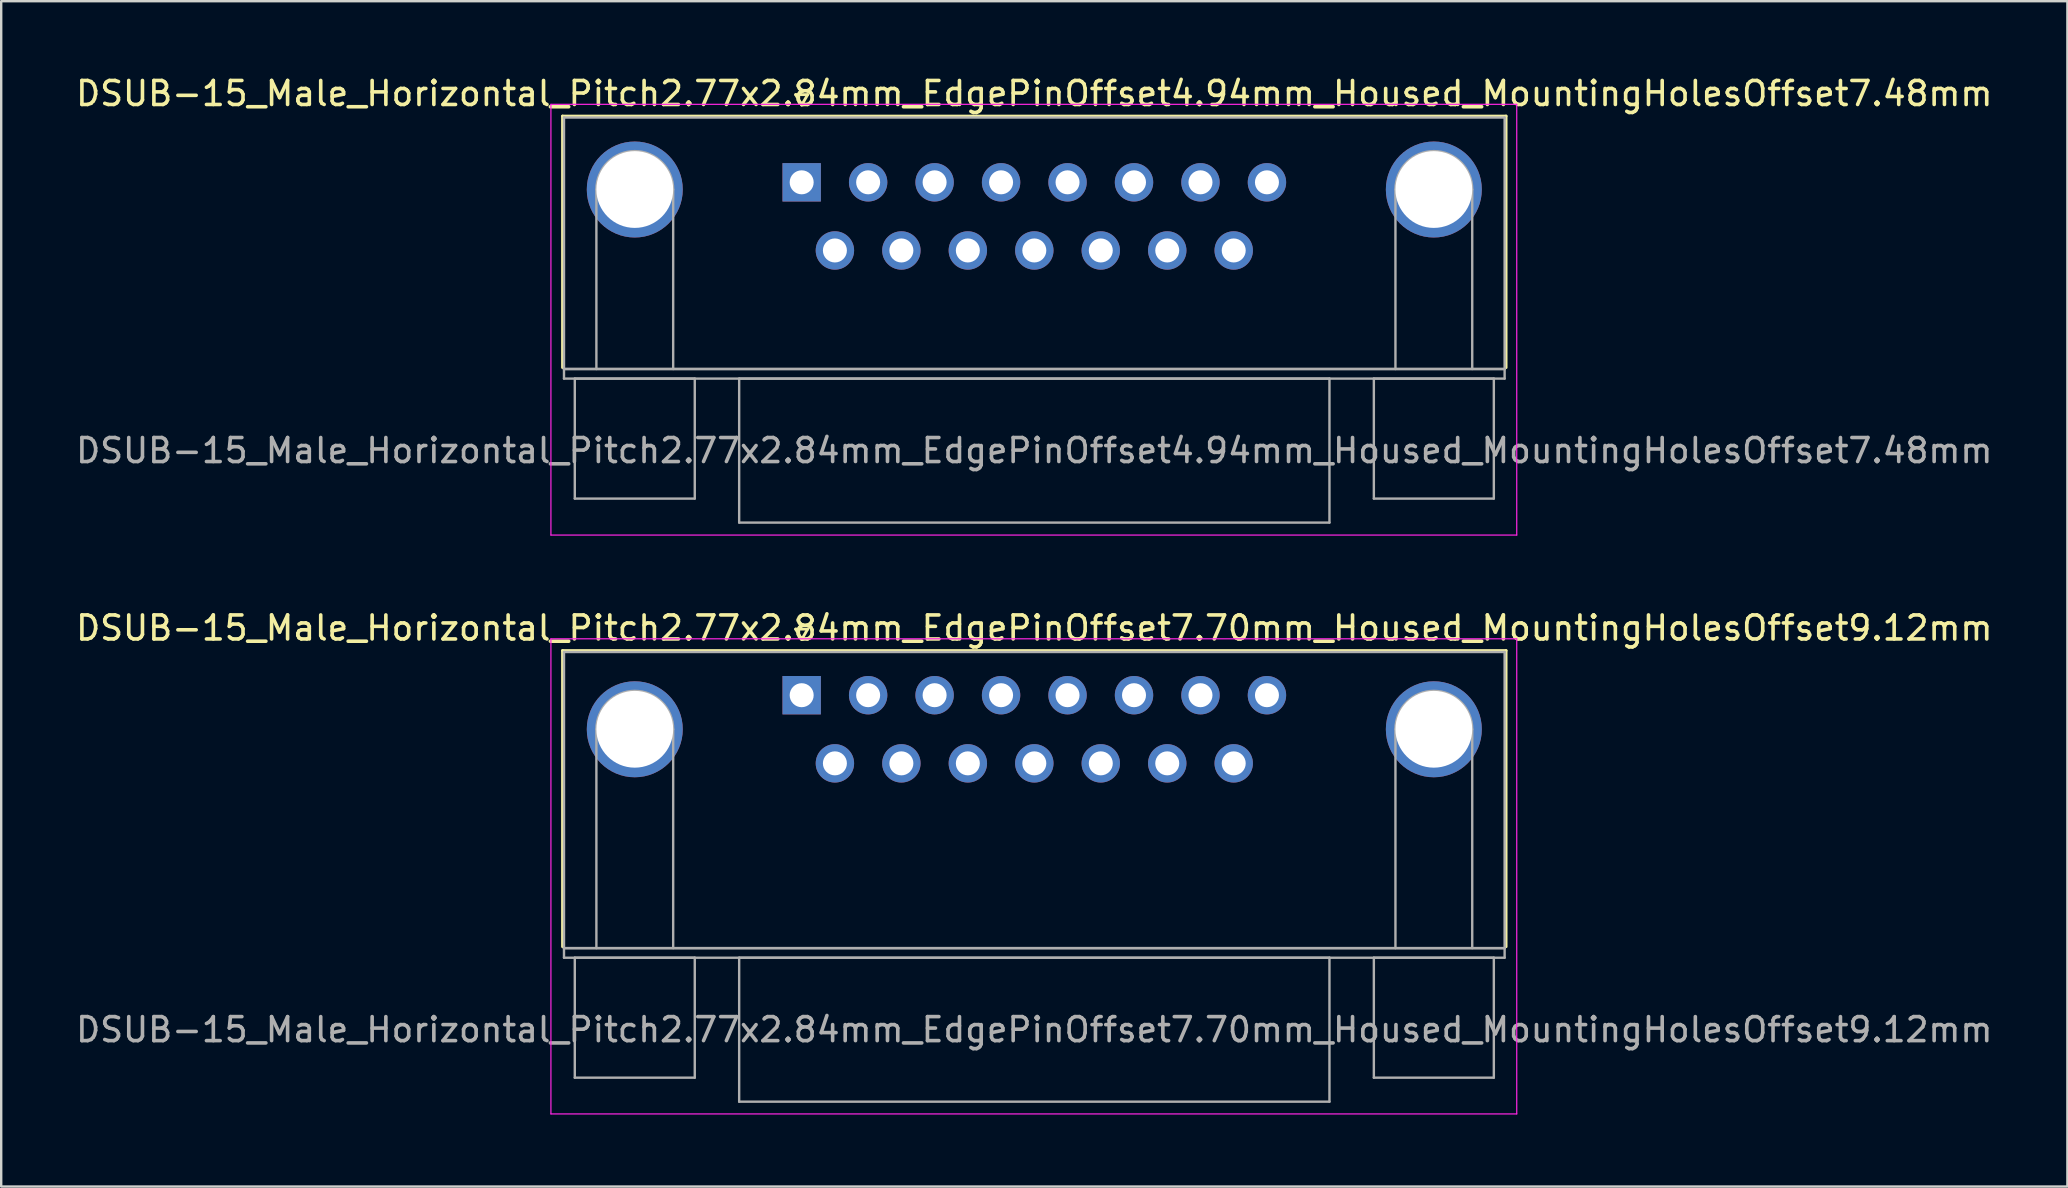
<source format=kicad_pcb>
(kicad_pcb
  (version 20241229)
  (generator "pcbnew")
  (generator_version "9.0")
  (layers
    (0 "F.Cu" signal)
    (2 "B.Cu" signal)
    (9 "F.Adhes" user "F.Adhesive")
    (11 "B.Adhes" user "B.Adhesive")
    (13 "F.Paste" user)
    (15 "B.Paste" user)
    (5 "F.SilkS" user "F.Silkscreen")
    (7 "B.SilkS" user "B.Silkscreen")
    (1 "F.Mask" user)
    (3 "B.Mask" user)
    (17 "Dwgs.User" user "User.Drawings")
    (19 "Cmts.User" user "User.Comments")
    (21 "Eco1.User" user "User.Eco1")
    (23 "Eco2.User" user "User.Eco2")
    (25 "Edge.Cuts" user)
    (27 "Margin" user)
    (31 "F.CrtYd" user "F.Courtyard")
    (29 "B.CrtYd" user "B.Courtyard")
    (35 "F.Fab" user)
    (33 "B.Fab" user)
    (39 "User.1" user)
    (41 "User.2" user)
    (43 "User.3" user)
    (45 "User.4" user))
  (footprint "DSUB-15_Male_Horizontal_Pitch2.77x2.84mm_EdgePinOffset7.70mm_Housed_MountingHolesOffset9.12mm"
    (layer "F.Cu")
    (at 30.359 25.922)
    (property "Reference" "DSUB-15_Male_Horizontal_Pitch2.77x2.84mm_EdgePinOffset7.70mm_Housed_MountingHolesOffset9.12mm" (at 9.695 -2.8 0) (layer "F.SilkS") (effects (font (size 1 1) (thickness 0.15))))
    (attr through_hole)
    (fp_line (start -9.965 -1.86) (end 29.355 -1.86) (stroke (width 0.12) (type solid)) (layer "F.SilkS"))
    (fp_line (start -9.965 10.48) (end -9.965 -1.86) (stroke (width 0.12) (type solid)) (layer "F.SilkS"))
    (fp_line (start -0.25 -2.754) (end 0.25 -2.754) (stroke (width 0.12) (type solid)) (layer "F.SilkS"))
    (fp_line (start 0 -2.321) (end -0.25 -2.754) (stroke (width 0.12) (type solid)) (layer "F.SilkS"))
    (fp_line (start 0.25 -2.754) (end 0 -2.321) (stroke (width 0.12) (type solid)) (layer "F.SilkS"))
    (fp_line (start 29.355 -1.86) (end 29.355 10.48) (stroke (width 0.12) (type solid)) (layer "F.SilkS"))
    (fp_line (start -10.45 -2.35) (end -10.45 17.45) (stroke (width 0.05) (type solid)) (layer "F.CrtYd"))
    (fp_line (start -10.45 17.45) (end 29.8 17.45) (stroke (width 0.05) (type solid)) (layer "F.CrtYd"))
    (fp_line (start 29.8 -2.35) (end -10.45 -2.35) (stroke (width 0.05) (type solid)) (layer "F.CrtYd"))
    (fp_line (start 29.8 17.45) (end 29.8 -2.35) (stroke (width 0.05) (type solid)) (layer "F.CrtYd"))
    (fp_line (start -9.905 -1.8) (end -9.905 10.54) (stroke (width 0.1) (type solid)) (layer "F.Fab"))
    (fp_line (start -9.905 10.54) (end -9.905 10.94) (stroke (width 0.1) (type solid)) (layer "F.Fab"))
    (fp_line (start -9.905 10.54) (end 29.295 10.54) (stroke (width 0.1) (type solid)) (layer "F.Fab"))
    (fp_line (start -9.905 10.94) (end 29.295 10.94) (stroke (width 0.1) (type solid)) (layer "F.Fab"))
    (fp_line (start -9.455 10.94) (end -9.455 15.94) (stroke (width 0.1) (type solid)) (layer "F.Fab"))
    (fp_line (start -9.455 15.94) (end -4.455 15.94) (stroke (width 0.1) (type solid)) (layer "F.Fab"))
    (fp_line (start -8.555 10.54) (end -8.555 1.42) (stroke (width 0.1) (type solid)) (layer "F.Fab"))
    (fp_line (start -5.355 10.54) (end -5.355 1.42) (stroke (width 0.1) (type solid)) (layer "F.Fab"))
    (fp_line (start -4.455 10.94) (end -9.455 10.94) (stroke (width 0.1) (type solid)) (layer "F.Fab"))
    (fp_line (start -4.455 15.94) (end -4.455 10.94) (stroke (width 0.1) (type solid)) (layer "F.Fab"))
    (fp_line (start -2.605 10.94) (end -2.605 16.94) (stroke (width 0.1) (type solid)) (layer "F.Fab"))
    (fp_line (start -2.605 16.94) (end 21.995 16.94) (stroke (width 0.1) (type solid)) (layer "F.Fab"))
    (fp_line (start 21.995 10.94) (end -2.605 10.94) (stroke (width 0.1) (type solid)) (layer "F.Fab"))
    (fp_line (start 21.995 16.94) (end 21.995 10.94) (stroke (width 0.1) (type solid)) (layer "F.Fab"))
    (fp_line (start 23.845 10.94) (end 23.845 15.94) (stroke (width 0.1) (type solid)) (layer "F.Fab"))
    (fp_line (start 23.845 15.94) (end 28.845 15.94) (stroke (width 0.1) (type solid)) (layer "F.Fab"))
    (fp_line (start 24.745 10.54) (end 24.745 1.42) (stroke (width 0.1) (type solid)) (layer "F.Fab"))
    (fp_line (start 27.945 10.54) (end 27.945 1.42) (stroke (width 0.1) (type solid)) (layer "F.Fab"))
    (fp_line (start 28.845 10.94) (end 23.845 10.94) (stroke (width 0.1) (type solid)) (layer "F.Fab"))
    (fp_line (start 28.845 15.94) (end 28.845 10.94) (stroke (width 0.1) (type solid)) (layer "F.Fab"))
    (fp_line (start 29.295 -1.8) (end -9.905 -1.8) (stroke (width 0.1) (type solid)) (layer "F.Fab"))
    (fp_line (start 29.295 10.54) (end -9.905 10.54) (stroke (width 0.1) (type solid)) (layer "F.Fab"))
    (fp_line (start 29.295 10.54) (end 29.295 -1.8) (stroke (width 0.1) (type solid)) (layer "F.Fab"))
    (fp_line (start 29.295 10.94) (end 29.295 10.54) (stroke (width 0.1) (type solid)) (layer "F.Fab"))
    (fp_arc (start -8.555 1.42) (mid -6.955 -0.18) (end -5.355 1.42) (stroke (width 0.1) (type solid)) (layer "F.Fab"))
    (fp_arc (start 24.745 1.42) (mid 26.345 -0.18) (end 27.945 1.42) (stroke (width 0.1) (type solid)) (layer "F.Fab"))
    (fp_text user "${REFERENCE}" (at 9.695 13.94 0) (layer "F.Fab") (effects (font (size 1 1) (thickness 0.15))))
    (pad "0" thru_hole circle (at -6.955 1.42) (size 4 4) (drill 3.2) (layers "*.Cu" "*.Mask"))
    (pad "0" thru_hole circle (at 26.345 1.42) (size 4 4) (drill 3.2) (layers "*.Cu" "*.Mask"))
    (pad "1" thru_hole rect (at 0 0) (size 1.6 1.6) (drill 1) (layers "*.Cu" "*.Mask"))
    (pad "2" thru_hole circle (at 2.77 0) (size 1.6 1.6) (drill 1) (layers "*.Cu" "*.Mask"))
    (pad "3" thru_hole circle (at 5.54 0) (size 1.6 1.6) (drill 1) (layers "*.Cu" "*.Mask"))
    (pad "4" thru_hole circle (at 8.31 0) (size 1.6 1.6) (drill 1) (layers "*.Cu" "*.Mask"))
    (pad "5" thru_hole circle (at 11.08 0) (size 1.6 1.6) (drill 1) (layers "*.Cu" "*.Mask"))
    (pad "6" thru_hole circle (at 13.85 0) (size 1.6 1.6) (drill 1) (layers "*.Cu" "*.Mask"))
    (pad "7" thru_hole circle (at 16.62 0) (size 1.6 1.6) (drill 1) (layers "*.Cu" "*.Mask"))
    (pad "8" thru_hole circle (at 19.39 0) (size 1.6 1.6) (drill 1) (layers "*.Cu" "*.Mask"))
    (pad "9" thru_hole circle (at 1.385 2.84) (size 1.6 1.6) (drill 1) (layers "*.Cu" "*.Mask"))
    (pad "10" thru_hole circle (at 4.155 2.84) (size 1.6 1.6) (drill 1) (layers "*.Cu" "*.Mask"))
    (pad "11" thru_hole circle (at 6.925 2.84) (size 1.6 1.6) (drill 1) (layers "*.Cu" "*.Mask"))
    (pad "12" thru_hole circle (at 9.695 2.84) (size 1.6 1.6) (drill 1) (layers "*.Cu" "*.Mask"))
    (pad "13" thru_hole circle (at 12.465 2.84) (size 1.6 1.6) (drill 1) (layers "*.Cu" "*.Mask"))
    (pad "14" thru_hole circle (at 15.235 2.84) (size 1.6 1.6) (drill 1) (layers "*.Cu" "*.Mask"))
    (pad "15" thru_hole circle (at 18.005 2.84) (size 1.6 1.6) (drill 1) (layers "*.Cu" "*.Mask")))
  (footprint "DSUB-15_Male_Horizontal_Pitch2.77x2.84mm_EdgePinOffset4.94mm_Housed_MountingHolesOffset7.48mm"
    (layer "F.Cu")
    (at 30.359 4.548)
    (property "Reference" "DSUB-15_Male_Horizontal_Pitch2.77x2.84mm_EdgePinOffset4.94mm_Housed_MountingHolesOffset7.48mm" (at 9.695 -3.7 0) (layer "F.SilkS") (effects (font (size 1 1) (thickness 0.15))))
    (attr through_hole)
    (fp_line (start -9.965 -2.76) (end 29.355 -2.76) (stroke (width 0.12) (type solid)) (layer "F.SilkS"))
    (fp_line (start -9.965 7.72) (end -9.965 -2.76) (stroke (width 0.12) (type solid)) (layer "F.SilkS"))
    (fp_line (start -0.25 -3.654) (end 0.25 -3.654) (stroke (width 0.12) (type solid)) (layer "F.SilkS"))
    (fp_line (start 0 -3.221) (end -0.25 -3.654) (stroke (width 0.12) (type solid)) (layer "F.SilkS"))
    (fp_line (start 0.25 -3.654) (end 0 -3.221) (stroke (width 0.12) (type solid)) (layer "F.SilkS"))
    (fp_line (start 29.355 -2.76) (end 29.355 7.72) (stroke (width 0.12) (type solid)) (layer "F.SilkS"))
    (fp_line (start -10.45 -3.25) (end -10.45 14.7) (stroke (width 0.05) (type solid)) (layer "F.CrtYd"))
    (fp_line (start -10.45 14.7) (end 29.8 14.7) (stroke (width 0.05) (type solid)) (layer "F.CrtYd"))
    (fp_line (start 29.8 -3.25) (end -10.45 -3.25) (stroke (width 0.05) (type solid)) (layer "F.CrtYd"))
    (fp_line (start 29.8 14.7) (end 29.8 -3.25) (stroke (width 0.05) (type solid)) (layer "F.CrtYd"))
    (fp_line (start -9.905 -2.7) (end -9.905 7.78) (stroke (width 0.1) (type solid)) (layer "F.Fab"))
    (fp_line (start -9.905 7.78) (end -9.905 8.18) (stroke (width 0.1) (type solid)) (layer "F.Fab"))
    (fp_line (start -9.905 7.78) (end 29.295 7.78) (stroke (width 0.1) (type solid)) (layer "F.Fab"))
    (fp_line (start -9.905 8.18) (end 29.295 8.18) (stroke (width 0.1) (type solid)) (layer "F.Fab"))
    (fp_line (start -9.455 8.18) (end -9.455 13.18) (stroke (width 0.1) (type solid)) (layer "F.Fab"))
    (fp_line (start -9.455 13.18) (end -4.455 13.18) (stroke (width 0.1) (type solid)) (layer "F.Fab"))
    (fp_line (start -8.555 7.78) (end -8.555 0.3) (stroke (width 0.1) (type solid)) (layer "F.Fab"))
    (fp_line (start -5.355 7.78) (end -5.355 0.3) (stroke (width 0.1) (type solid)) (layer "F.Fab"))
    (fp_line (start -4.455 8.18) (end -9.455 8.18) (stroke (width 0.1) (type solid)) (layer "F.Fab"))
    (fp_line (start -4.455 13.18) (end -4.455 8.18) (stroke (width 0.1) (type solid)) (layer "F.Fab"))
    (fp_line (start -2.605 8.18) (end -2.605 14.18) (stroke (width 0.1) (type solid)) (layer "F.Fab"))
    (fp_line (start -2.605 14.18) (end 21.995 14.18) (stroke (width 0.1) (type solid)) (layer "F.Fab"))
    (fp_line (start 21.995 8.18) (end -2.605 8.18) (stroke (width 0.1) (type solid)) (layer "F.Fab"))
    (fp_line (start 21.995 14.18) (end 21.995 8.18) (stroke (width 0.1) (type solid)) (layer "F.Fab"))
    (fp_line (start 23.845 8.18) (end 23.845 13.18) (stroke (width 0.1) (type solid)) (layer "F.Fab"))
    (fp_line (start 23.845 13.18) (end 28.845 13.18) (stroke (width 0.1) (type solid)) (layer "F.Fab"))
    (fp_line (start 24.745 7.78) (end 24.745 0.3) (stroke (width 0.1) (type solid)) (layer "F.Fab"))
    (fp_line (start 27.945 7.78) (end 27.945 0.3) (stroke (width 0.1) (type solid)) (layer "F.Fab"))
    (fp_line (start 28.845 8.18) (end 23.845 8.18) (stroke (width 0.1) (type solid)) (layer "F.Fab"))
    (fp_line (start 28.845 13.18) (end 28.845 8.18) (stroke (width 0.1) (type solid)) (layer "F.Fab"))
    (fp_line (start 29.295 -2.7) (end -9.905 -2.7) (stroke (width 0.1) (type solid)) (layer "F.Fab"))
    (fp_line (start 29.295 7.78) (end -9.905 7.78) (stroke (width 0.1) (type solid)) (layer "F.Fab"))
    (fp_line (start 29.295 7.78) (end 29.295 -2.7) (stroke (width 0.1) (type solid)) (layer "F.Fab"))
    (fp_line (start 29.295 8.18) (end 29.295 7.78) (stroke (width 0.1) (type solid)) (layer "F.Fab"))
    (fp_arc (start -8.555 0.3) (mid -6.955 -1.3) (end -5.355 0.3) (stroke (width 0.1) (type solid)) (layer "F.Fab"))
    (fp_arc (start 24.745 0.3) (mid 26.345 -1.3) (end 27.945 0.3) (stroke (width 0.1) (type solid)) (layer "F.Fab"))
    (fp_text user "${REFERENCE}" (at 9.695 11.18 0) (layer "F.Fab") (effects (font (size 1 1) (thickness 0.15))))
    (pad "0" thru_hole circle (at -6.955 0.3) (size 4 4) (drill 3.2) (layers "*.Cu" "*.Mask"))
    (pad "0" thru_hole circle (at 26.345 0.3) (size 4 4) (drill 3.2) (layers "*.Cu" "*.Mask"))
    (pad "1" thru_hole rect (at 0 0) (size 1.6 1.6) (drill 1) (layers "*.Cu" "*.Mask"))
    (pad "2" thru_hole circle (at 2.77 0) (size 1.6 1.6) (drill 1) (layers "*.Cu" "*.Mask"))
    (pad "3" thru_hole circle (at 5.54 0) (size 1.6 1.6) (drill 1) (layers "*.Cu" "*.Mask"))
    (pad "4" thru_hole circle (at 8.31 0) (size 1.6 1.6) (drill 1) (layers "*.Cu" "*.Mask"))
    (pad "5" thru_hole circle (at 11.08 0) (size 1.6 1.6) (drill 1) (layers "*.Cu" "*.Mask"))
    (pad "6" thru_hole circle (at 13.85 0) (size 1.6 1.6) (drill 1) (layers "*.Cu" "*.Mask"))
    (pad "7" thru_hole circle (at 16.62 0) (size 1.6 1.6) (drill 1) (layers "*.Cu" "*.Mask"))
    (pad "8" thru_hole circle (at 19.39 0) (size 1.6 1.6) (drill 1) (layers "*.Cu" "*.Mask"))
    (pad "9" thru_hole circle (at 1.385 2.84) (size 1.6 1.6) (drill 1) (layers "*.Cu" "*.Mask"))
    (pad "10" thru_hole circle (at 4.155 2.84) (size 1.6 1.6) (drill 1) (layers "*.Cu" "*.Mask"))
    (pad "11" thru_hole circle (at 6.925 2.84) (size 1.6 1.6) (drill 1) (layers "*.Cu" "*.Mask"))
    (pad "12" thru_hole circle (at 9.695 2.84) (size 1.6 1.6) (drill 1) (layers "*.Cu" "*.Mask"))
    (pad "13" thru_hole circle (at 12.465 2.84) (size 1.6 1.6) (drill 1) (layers "*.Cu" "*.Mask"))
    (pad "14" thru_hole circle (at 15.235 2.84) (size 1.6 1.6) (drill 1) (layers "*.Cu" "*.Mask"))
    (pad "15" thru_hole circle (at 18.005 2.84) (size 1.6 1.6) (drill 1) (layers "*.Cu" "*.Mask")))
  (gr_rect
    (start -3 -3)
    (end 83.107 46.397)
    (stroke (width 0.1) (type default))
    (fill no)
    (layer "Edge.Cuts")))
</source>
